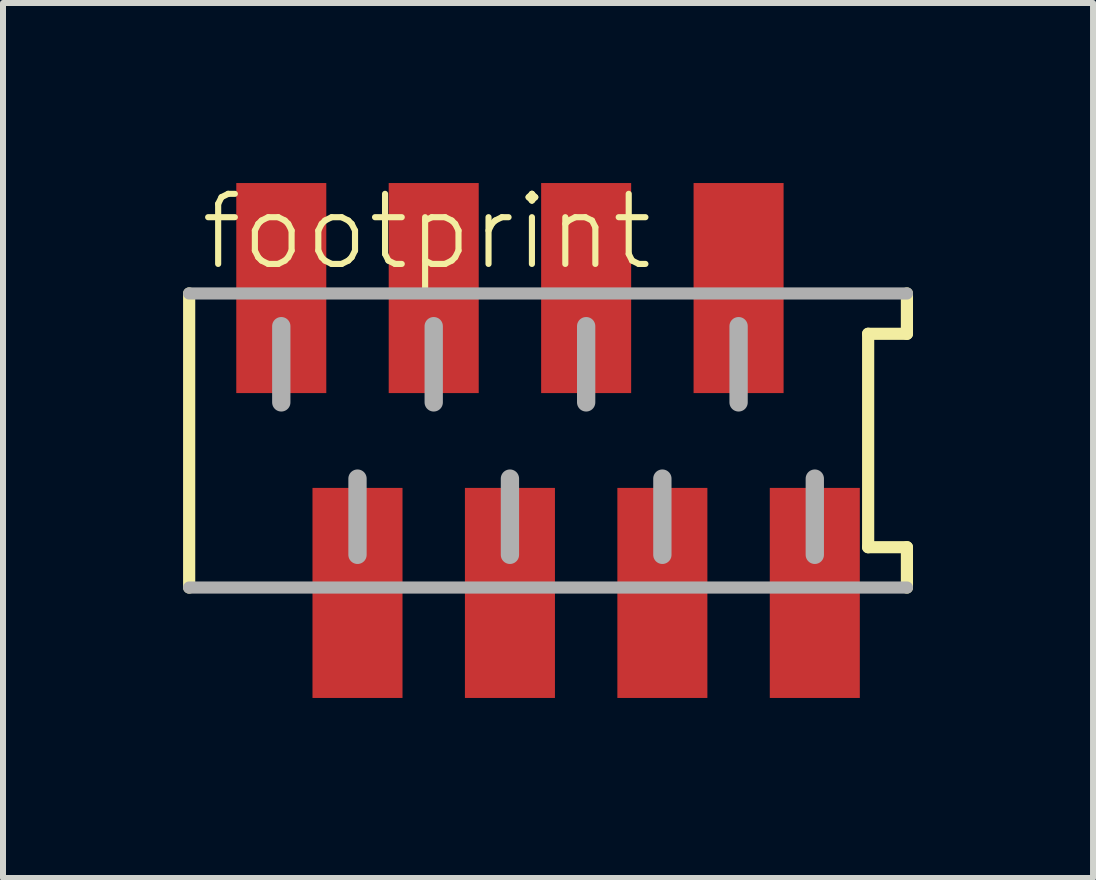
<source format=kicad_pcb>
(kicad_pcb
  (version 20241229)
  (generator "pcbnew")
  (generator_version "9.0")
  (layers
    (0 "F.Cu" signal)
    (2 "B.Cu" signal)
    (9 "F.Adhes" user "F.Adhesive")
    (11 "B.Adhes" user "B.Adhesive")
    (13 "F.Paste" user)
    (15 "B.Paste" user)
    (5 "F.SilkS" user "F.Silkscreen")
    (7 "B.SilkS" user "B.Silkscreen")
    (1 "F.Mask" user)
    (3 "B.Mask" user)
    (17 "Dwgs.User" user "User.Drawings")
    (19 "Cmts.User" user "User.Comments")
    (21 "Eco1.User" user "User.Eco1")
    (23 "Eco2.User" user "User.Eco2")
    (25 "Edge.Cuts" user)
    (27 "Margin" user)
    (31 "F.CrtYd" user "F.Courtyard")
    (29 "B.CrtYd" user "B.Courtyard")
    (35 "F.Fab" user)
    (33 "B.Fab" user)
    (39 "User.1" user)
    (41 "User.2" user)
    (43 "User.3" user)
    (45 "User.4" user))
  (footprint "footprint"
    (layer "F.Cu")
    (at 6.082 4.29)
    (property "Reference" "footprint" (at -5.842 -2.794 0) (layer "F.SilkS") (effects (font (size 1.168 1.168) (thickness 0.102)) (justify left bottom)))
    (fp_line (start -5.98 -2.45) (end -5.98 2.45) (stroke (width 0.203) (type solid)) (layer "F.SilkS"))
    (fp_line (start 5.334 -1.778) (end 5.98 -1.778) (stroke (width 0.203) (type solid)) (layer "F.SilkS"))
    (fp_line (start 5.334 1.778) (end 5.334 -1.778) (stroke (width 0.203) (type solid)) (layer "F.SilkS"))
    (fp_line (start 5.98 -1.778) (end 5.98 -2.45) (stroke (width 0.203) (type solid)) (layer "F.SilkS"))
    (fp_line (start 5.98 1.778) (end 5.334 1.778) (stroke (width 0.203) (type solid)) (layer "F.SilkS"))
    (fp_line (start 5.98 2.45) (end 5.98 1.778) (stroke (width 0.203) (type solid)) (layer "F.SilkS"))
    (fp_line (start -5.98 2.45) (end 5.98 2.45) (stroke (width 0.203) (type solid)) (layer "F.Fab"))
    (fp_line (start -4.445 -1.905) (end -4.445 -0.635) (stroke (width 0.305) (type solid)) (layer "F.Fab"))
    (fp_line (start -3.175 0.635) (end -3.175 1.905) (stroke (width 0.305) (type solid)) (layer "F.Fab"))
    (fp_line (start -1.905 -1.905) (end -1.905 -0.635) (stroke (width 0.305) (type solid)) (layer "F.Fab"))
    (fp_line (start -0.635 0.635) (end -0.635 1.905) (stroke (width 0.305) (type solid)) (layer "F.Fab"))
    (fp_line (start 0.635 -1.905) (end 0.635 -0.635) (stroke (width 0.305) (type solid)) (layer "F.Fab"))
    (fp_line (start 1.905 0.635) (end 1.905 1.905) (stroke (width 0.305) (type solid)) (layer "F.Fab"))
    (fp_line (start 3.175 -1.905) (end 3.175 -0.635) (stroke (width 0.305) (type solid)) (layer "F.Fab"))
    (fp_line (start 4.445 0.635) (end 4.445 1.905) (stroke (width 0.305) (type solid)) (layer "F.Fab"))
    (fp_line (start 5.98 -2.45) (end -5.98 -2.45) (stroke (width 0.203) (type solid)) (layer "F.Fab"))
    (pad "1" smd rect (at -4.445 -2.54) (size 1.5 3.5) (layers "F.Cu" "F.Mask" "F.Paste"))
    (pad "2" smd rect (at -3.175 2.54) (size 1.5 3.5) (layers "F.Cu" "F.Mask" "F.Paste"))
    (pad "3" smd rect (at -1.905 -2.54) (size 1.5 3.5) (layers "F.Cu" "F.Mask" "F.Paste"))
    (pad "4" smd rect (at -0.635 2.54) (size 1.5 3.5) (layers "F.Cu" "F.Mask" "F.Paste"))
    (pad "5" smd rect (at 0.635 -2.54) (size 1.5 3.5) (layers "F.Cu" "F.Mask" "F.Paste"))
    (pad "6" smd rect (at 1.905 2.54) (size 1.5 3.5) (layers "F.Cu" "F.Mask" "F.Paste"))
    (pad "7" smd rect (at 3.175 -2.54) (size 1.5 3.5) (layers "F.Cu" "F.Mask" "F.Paste"))
    (pad "8" smd rect (at 4.445 2.54) (size 1.5 3.5) (layers "F.Cu" "F.Mask" "F.Paste")))
  (gr_rect
    (start -3 -3)
    (end 15.163 11.58)
    (stroke (width 0.1) (type default))
    (fill no)
    (layer "Edge.Cuts")))
</source>
